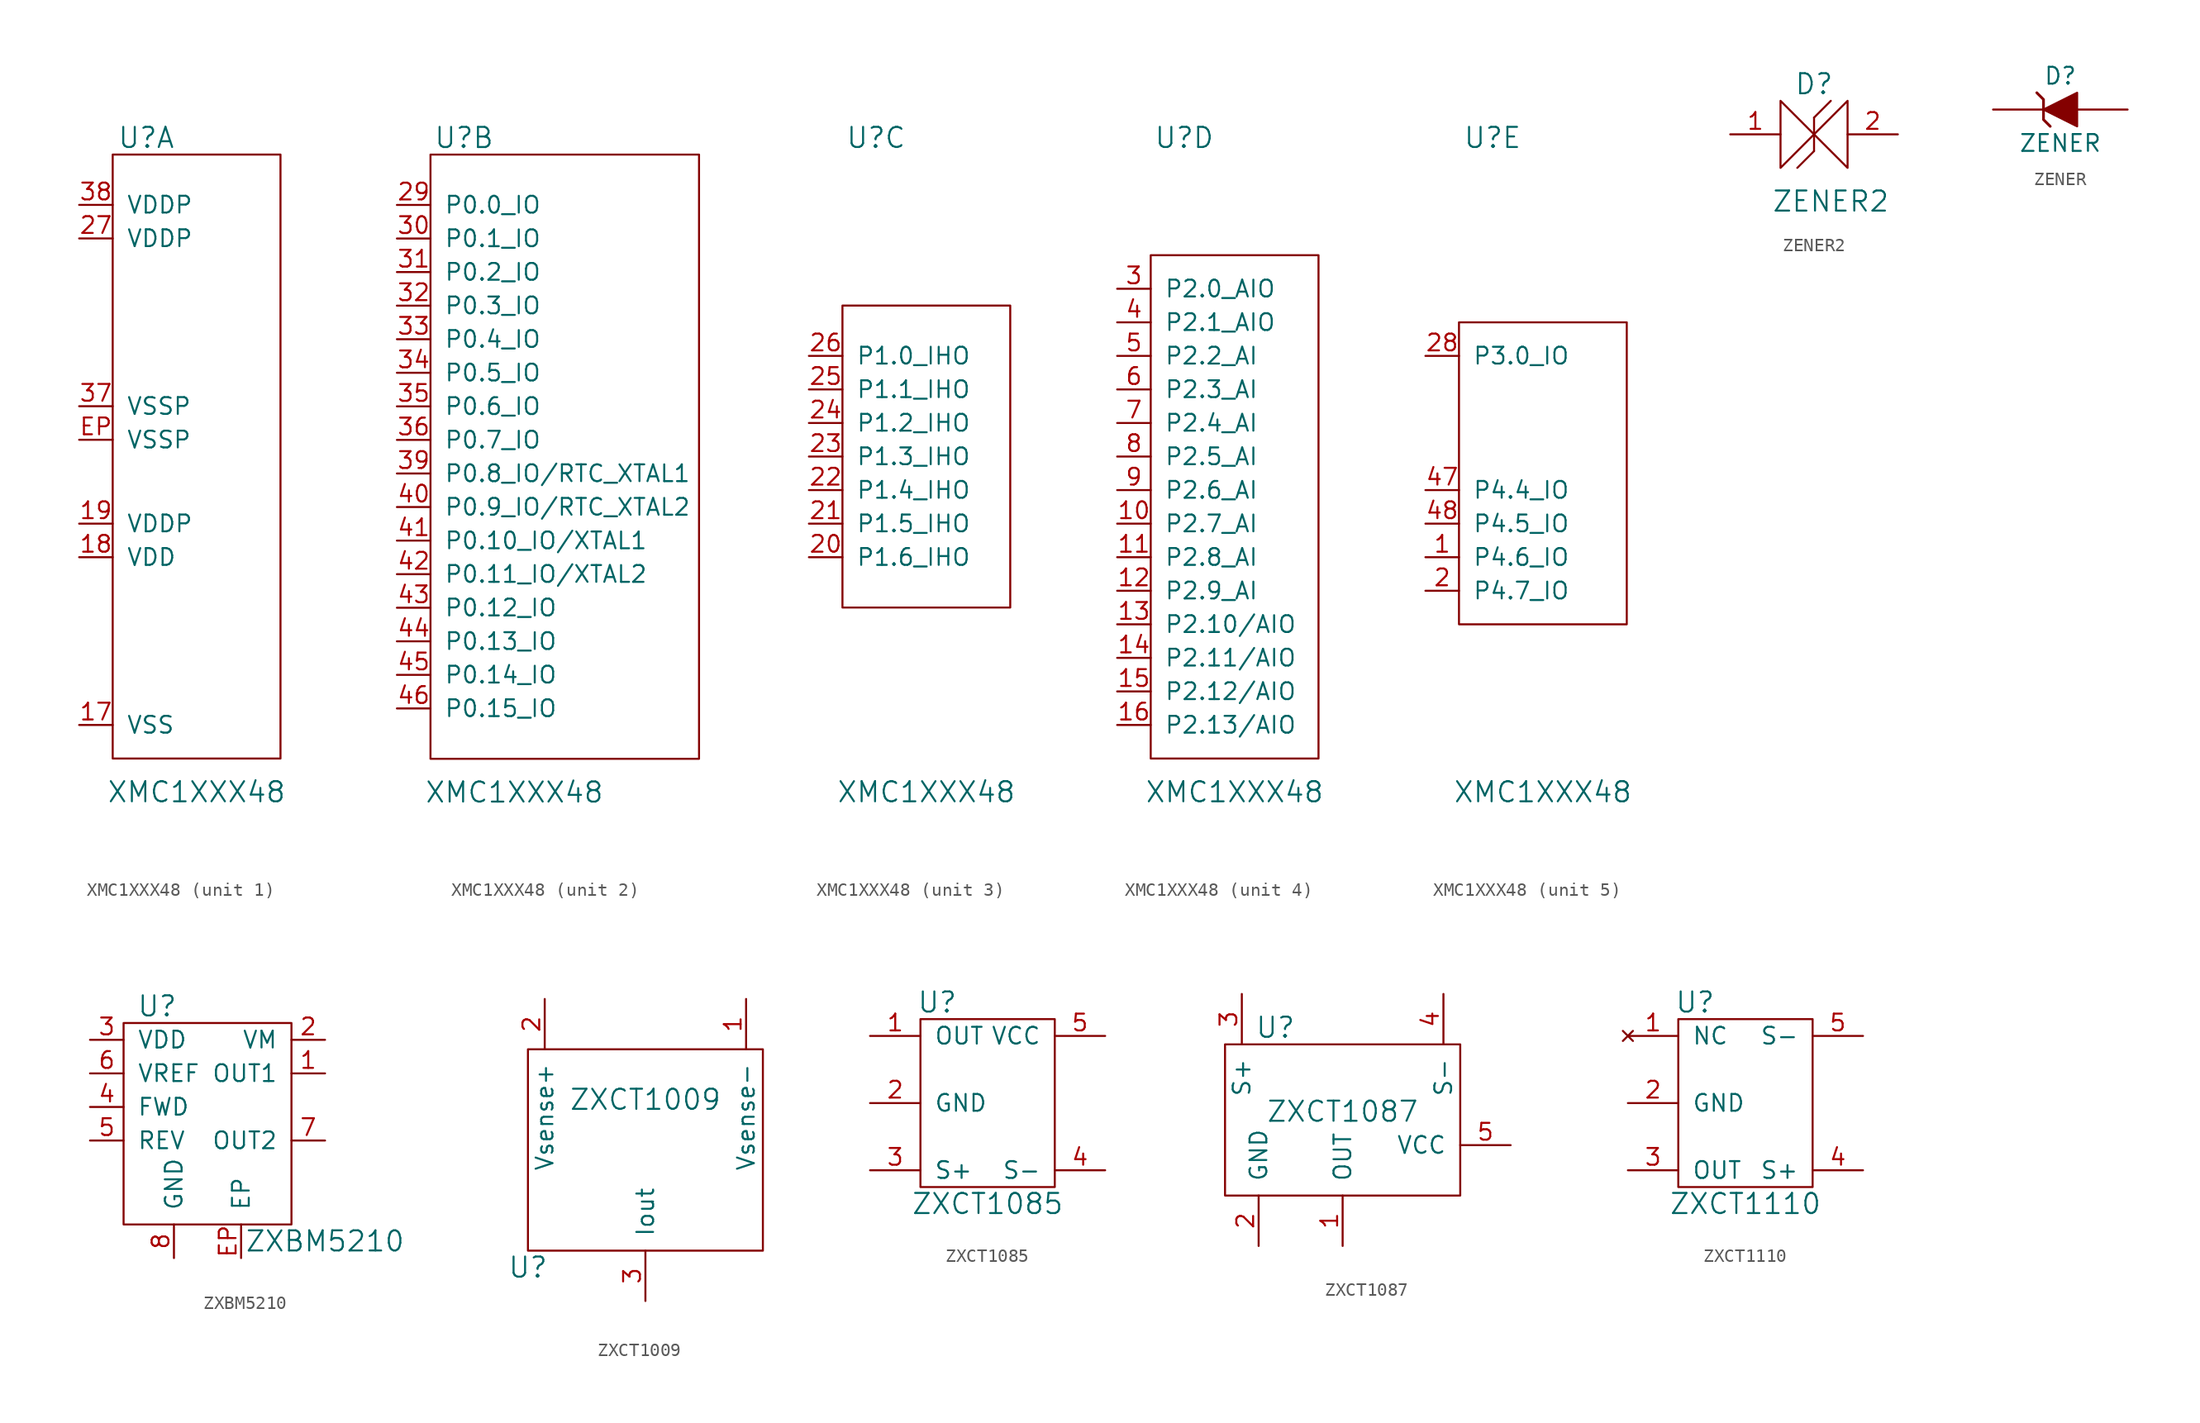
<source format=kicad_sym>
(kicad_symbol_lib
  (version 20210619)
  (generator kicad_symbol_editor)
  (symbol "tinkerforge:XMC1XXX48"
    (pin_names
      (offset 1.016))
    (property "Reference" "U"
      (at -3.81 24.13 0)
      (effects (font (size 1.524 1.524))))
    (property "Value" "XMC1XXX48"
      (at 0 -25.4 0)
      (effects (font (size 1.524 1.524))))
    (property "Footprint" ""
      (at 3.81 6.35 0)
      (effects (font (size 1.524 1.524))))
    (property "Datasheet" ""
      (at 3.81 6.35 0)
      (effects (font (size 1.524 1.524))))
    (symbol "XMC1XXX48_1_1"
      (rectangle (start -6.35 22.86) (end 6.35 -22.86) (stroke (width 0)) (fill (type none)))
      (pin passive line (at -8.89 -20.32 0) (length 2.54) (name "VSS" (effects (font (size 1.27 1.27)))) (number "17" (effects (font (size 1.27 1.27)))))
      (pin passive line (at -8.89 -7.62 0) (length 2.54) (name "VDD" (effects (font (size 1.27 1.27)))) (number "18" (effects (font (size 1.27 1.27)))))
      (pin passive line (at -8.89 -5.08 0) (length 2.54) (name "VDDP" (effects (font (size 1.27 1.27)))) (number "19" (effects (font (size 1.27 1.27)))))
      (pin passive line (at -8.89 16.51 0) (length 2.54) (name "VDDP" (effects (font (size 1.27 1.27)))) (number "27" (effects (font (size 1.27 1.27)))))
      (pin passive line (at -8.89 3.81 0) (length 2.54) (name "VSSP" (effects (font (size 1.27 1.27)))) (number "37" (effects (font (size 1.27 1.27)))))
      (pin passive line (at -8.89 19.05 0) (length 2.54) (name "VDDP" (effects (font (size 1.27 1.27)))) (number "38" (effects (font (size 1.27 1.27)))))
      (pin passive line (at -8.89 1.27 0) (length 2.54) (name "VSSP" (effects (font (size 1.27 1.27)))) (number "EP" (effects (font (size 1.27 1.27))))))
    (symbol "XMC1XXX48_2_1"
      (rectangle (start -6.35 22.86) (end 13.97 -22.86) (stroke (width 0)) (fill (type none)))
      (pin passive line (at -8.89 19.05 0) (length 2.54) (name "P0.0_IO" (effects (font (size 1.27 1.27)))) (number "29" (effects (font (size 1.27 1.27)))))
      (pin passive line (at -8.89 16.51 0) (length 2.54) (name "P0.1_IO" (effects (font (size 1.27 1.27)))) (number "30" (effects (font (size 1.27 1.27)))))
      (pin passive line (at -8.89 13.97 0) (length 2.54) (name "P0.2_IO" (effects (font (size 1.27 1.27)))) (number "31" (effects (font (size 1.27 1.27)))))
      (pin passive line (at -8.89 11.43 0) (length 2.54) (name "P0.3_IO" (effects (font (size 1.27 1.27)))) (number "32" (effects (font (size 1.27 1.27)))))
      (pin passive line (at -8.89 8.89 0) (length 2.54) (name "P0.4_IO" (effects (font (size 1.27 1.27)))) (number "33" (effects (font (size 1.27 1.27)))))
      (pin passive line (at -8.89 6.35 0) (length 2.54) (name "P0.5_IO" (effects (font (size 1.27 1.27)))) (number "34" (effects (font (size 1.27 1.27)))))
      (pin passive line (at -8.89 3.81 0) (length 2.54) (name "P0.6_IO" (effects (font (size 1.27 1.27)))) (number "35" (effects (font (size 1.27 1.27)))))
      (pin passive line (at -8.89 1.27 0) (length 2.54) (name "P0.7_IO" (effects (font (size 1.27 1.27)))) (number "36" (effects (font (size 1.27 1.27)))))
      (pin passive line (at -8.89 -1.27 0) (length 2.54) (name "P0.8_IO/RTC_XTAL1" (effects (font (size 1.27 1.27)))) (number "39" (effects (font (size 1.27 1.27)))))
      (pin passive line (at -8.89 -3.81 0) (length 2.54) (name "P0.9_IO/RTC_XTAL2" (effects (font (size 1.27 1.27)))) (number "40" (effects (font (size 1.27 1.27)))))
      (pin passive line (at -8.89 -6.35 0) (length 2.54) (name "P0.10_IO/XTAL1" (effects (font (size 1.27 1.27)))) (number "41" (effects (font (size 1.27 1.27)))))
      (pin passive line (at -8.89 -8.89 0) (length 2.54) (name "P0.11_IO/XTAL2" (effects (font (size 1.27 1.27)))) (number "42" (effects (font (size 1.27 1.27)))))
      (pin passive line (at -8.89 -11.43 0) (length 2.54) (name "P0.12_IO" (effects (font (size 1.27 1.27)))) (number "43" (effects (font (size 1.27 1.27)))))
      (pin passive line (at -8.89 -13.97 0) (length 2.54) (name "P0.13_IO" (effects (font (size 1.27 1.27)))) (number "44" (effects (font (size 1.27 1.27)))))
      (pin passive line (at -8.89 -16.51 0) (length 2.54) (name "P0.14_IO" (effects (font (size 1.27 1.27)))) (number "45" (effects (font (size 1.27 1.27)))))
      (pin passive line (at -8.89 -19.05 0) (length 2.54) (name "P0.15_IO" (effects (font (size 1.27 1.27)))) (number "46" (effects (font (size 1.27 1.27))))))
    (symbol "XMC1XXX48_3_1"
      (rectangle (start -6.35 11.43) (end 6.35 -11.43) (stroke (width 0)) (fill (type none)))
      (pin passive line (at -8.89 -7.62 0) (length 2.54) (name "P1.6_IHO" (effects (font (size 1.27 1.27)))) (number "20" (effects (font (size 1.27 1.27)))))
      (pin passive line (at -8.89 -5.08 0) (length 2.54) (name "P1.5_IHO" (effects (font (size 1.27 1.27)))) (number "21" (effects (font (size 1.27 1.27)))))
      (pin passive line (at -8.89 -2.54 0) (length 2.54) (name "P1.4_IHO" (effects (font (size 1.27 1.27)))) (number "22" (effects (font (size 1.27 1.27)))))
      (pin passive line (at -8.89 0 0) (length 2.54) (name "P1.3_IHO" (effects (font (size 1.27 1.27)))) (number "23" (effects (font (size 1.27 1.27)))))
      (pin passive line (at -8.89 2.54 0) (length 2.54) (name "P1.2_IHO" (effects (font (size 1.27 1.27)))) (number "24" (effects (font (size 1.27 1.27)))))
      (pin passive line (at -8.89 5.08 0) (length 2.54) (name "P1.1_IHO" (effects (font (size 1.27 1.27)))) (number "25" (effects (font (size 1.27 1.27)))))
      (pin passive line (at -8.89 7.62 0) (length 2.54) (name "P1.0_IHO" (effects (font (size 1.27 1.27)))) (number "26" (effects (font (size 1.27 1.27))))))
    (symbol "XMC1XXX48_4_1"
      (rectangle (start -6.35 15.24) (end 6.35 -22.86) (stroke (width 0)) (fill (type none)))
      (pin passive line (at -8.89 -5.08 0) (length 2.54) (name "P2.7_AI" (effects (font (size 1.27 1.27)))) (number "10" (effects (font (size 1.27 1.27)))))
      (pin passive line (at -8.89 -7.62 0) (length 2.54) (name "P2.8_AI" (effects (font (size 1.27 1.27)))) (number "11" (effects (font (size 1.27 1.27)))))
      (pin passive line (at -8.89 -10.16 0) (length 2.54) (name "P2.9_AI" (effects (font (size 1.27 1.27)))) (number "12" (effects (font (size 1.27 1.27)))))
      (pin passive line (at -8.89 -12.7 0) (length 2.54) (name "P2.10/AIO" (effects (font (size 1.27 1.27)))) (number "13" (effects (font (size 1.27 1.27)))))
      (pin passive line (at -8.89 -15.24 0) (length 2.54) (name "P2.11/AIO" (effects (font (size 1.27 1.27)))) (number "14" (effects (font (size 1.27 1.27)))))
      (pin passive line (at -8.89 -17.78 0) (length 2.54) (name "P2.12/AIO" (effects (font (size 1.27 1.27)))) (number "15" (effects (font (size 1.27 1.27)))))
      (pin passive line (at -8.89 -20.32 0) (length 2.54) (name "P2.13/AIO" (effects (font (size 1.27 1.27)))) (number "16" (effects (font (size 1.27 1.27)))))
      (pin passive line (at -8.89 12.7 0) (length 2.54) (name "P2.0_AIO" (effects (font (size 1.27 1.27)))) (number "3" (effects (font (size 1.27 1.27)))))
      (pin passive line (at -8.89 10.16 0) (length 2.54) (name "P2.1_AIO" (effects (font (size 1.27 1.27)))) (number "4" (effects (font (size 1.27 1.27)))))
      (pin passive line (at -8.89 7.62 0) (length 2.54) (name "P2.2_AI" (effects (font (size 1.27 1.27)))) (number "5" (effects (font (size 1.27 1.27)))))
      (pin passive line (at -8.89 5.08 0) (length 2.54) (name "P2.3_AI" (effects (font (size 1.27 1.27)))) (number "6" (effects (font (size 1.27 1.27)))))
      (pin passive line (at -8.89 2.54 0) (length 2.54) (name "P2.4_AI" (effects (font (size 1.27 1.27)))) (number "7" (effects (font (size 1.27 1.27)))))
      (pin passive line (at -8.89 0 0) (length 2.54) (name "P2.5_AI" (effects (font (size 1.27 1.27)))) (number "8" (effects (font (size 1.27 1.27)))))
      (pin passive line (at -8.89 -2.54 0) (length 2.54) (name "P2.6_AI" (effects (font (size 1.27 1.27)))) (number "9" (effects (font (size 1.27 1.27))))))
    (symbol "XMC1XXX48_5_1"
      (rectangle (start -6.35 10.16) (end 6.35 -12.7) (stroke (width 0)) (fill (type none)))
      (pin passive line (at -8.89 -7.62 0) (length 2.54) (name "P4.6_IO" (effects (font (size 1.27 1.27)))) (number "1" (effects (font (size 1.27 1.27)))))
      (pin passive line (at -8.89 -10.16 0) (length 2.54) (name "P4.7_IO" (effects (font (size 1.27 1.27)))) (number "2" (effects (font (size 1.27 1.27)))))
      (pin passive line (at -8.89 7.62 0) (length 2.54) (name "P3.0_IO" (effects (font (size 1.27 1.27)))) (number "28" (effects (font (size 1.27 1.27)))))
      (pin passive line (at -8.89 -2.54 0) (length 2.54) (name "P4.4_IO" (effects (font (size 1.27 1.27)))) (number "47" (effects (font (size 1.27 1.27)))))
      (pin passive line (at -8.89 -5.08 0) (length 2.54) (name "P4.5_IO" (effects (font (size 1.27 1.27)))) (number "48" (effects (font (size 1.27 1.27)))))))
  (symbol "tinkerforge:ZENER2"
    (pin_names
      (offset 1.016))
    (property "Reference" "D"
      (at 0 3.81 0)
      (effects (font (size 1.524 1.524))))
    (property "Value" "ZENER2"
      (at 1.27 -5.08 0)
      (effects (font (size 1.524 1.524))))
    (property "Footprint" ""
      (at 0 0 0)
      (effects (font (size 1.524 1.524))))
    (property "Datasheet" ""
      (at 0 0 0)
      (effects (font (size 1.524 1.524))))
    (symbol "ZENER2_0_1"
      (polyline (pts (xy 0 -1.27) (xy -1.27 -2.54)) (stroke (width 0)) (fill (type none)))
      (polyline (pts (xy 0 1.27) (xy 0 -1.27)) (stroke (width 0)) (fill (type none)))
      (polyline (pts (xy 0 1.27) (xy 1.27 2.54)) (stroke (width 0)) (fill (type none)))
      (polyline (pts (xy -2.54 2.54) (xy -2.54 -2.54) (xy 0 0) (xy -2.54 2.54)) (stroke (width 0)) (fill (type none)))
      (polyline (pts (xy 0 0) (xy 2.54 2.54) (xy 2.54 -2.54) (xy 0 0)) (stroke (width 0)) (fill (type none))))
    (symbol "ZENER2_1_1"
      (pin input line (at -6.35 0 0) (length 3.81) (name "~" (effects (font (size 0.762 0.762)))) (number "1" (effects (font (size 1.27 1.27)))))
      (pin output line (at 6.35 0 180) (length 3.81) (name "~" (effects (font (size 0.762 0.762)))) (number "2" (effects (font (size 1.27 1.27)))))))
  (symbol "tinkerforge:ZENER"
    (pin_numbers hide)
    (pin_names
      (offset 1.016) hide)
    (property "Reference" "D"
      (at 0 2.54 0)
      (effects (font (size 1.27 1.27))))
    (property "Value" "ZENER"
      (at 0 -2.54 0)
      (effects (font (size 1.27 1.27))))
    (property "Footprint" ""
      (at 0 0 0)
      (effects (font (size 1.27 1.27))))
    (property "Datasheet" ""
      (at 0 0 0)
      (effects (font (size 1.27 1.27))))
    (symbol "ZENER_0_1"
      (polyline (pts (xy -1.778 1.27) (xy -1.27 0.762) (xy -1.27 -0.762) (xy -0.762 -1.27) (xy -0.762 -1.27)) (stroke (width 0.203)) (fill (type none)))
      (polyline (pts (xy -1.27 0) (xy 1.27 1.27) (xy 1.27 -1.27) (xy -1.27 0) (xy -1.27 0)) (stroke (width 0)) (fill (type outline))))
    (symbol "ZENER_1_1"
      (pin passive line (at 5.08 0 180) (length 3.81) (name "A" (effects (font (size 1.27 1.27)))) (number "1" (effects (font (size 1.27 1.27)))))
      (pin passive line (at -5.08 0 0) (length 3.81) (name "K" (effects (font (size 1.27 1.27)))) (number "2" (effects (font (size 1.27 1.27)))))))
  (symbol "tinkerforge:ZXBM5210"
    (pin_names
      (offset 1.016))
    (property "Reference" "U"
      (at -3.81 7.62 0)
      (effects (font (size 1.524 1.524))))
    (property "Value" "ZXBM5210"
      (at 8.89 -10.16 0)
      (effects (font (size 1.524 1.524))))
    (property "Footprint" ""
      (at 0 0 0)
      (effects (font (size 1.524 1.524))))
    (property "Datasheet" ""
      (at 0 0 0)
      (effects (font (size 1.524 1.524))))
    (symbol "ZXBM5210_0_1"
      (rectangle (start -6.35 6.35) (end 6.35 -8.89) (stroke (width 0)) (fill (type none))))
    (symbol "ZXBM5210_1_1"
      (pin input line (at 8.89 2.54 180) (length 2.54) (name "OUT1" (effects (font (size 1.27 1.27)))) (number "1" (effects (font (size 1.27 1.27)))))
      (pin input line (at 8.89 5.08 180) (length 2.54) (name "VM" (effects (font (size 1.27 1.27)))) (number "2" (effects (font (size 1.27 1.27)))))
      (pin input line (at -8.89 5.08 0) (length 2.54) (name "VDD" (effects (font (size 1.27 1.27)))) (number "3" (effects (font (size 1.27 1.27)))))
      (pin input line (at -8.89 0 0) (length 2.54) (name "FWD" (effects (font (size 1.27 1.27)))) (number "4" (effects (font (size 1.27 1.27)))))
      (pin input line (at -8.89 -2.54 0) (length 2.54) (name "REV" (effects (font (size 1.27 1.27)))) (number "5" (effects (font (size 1.27 1.27)))))
      (pin input line (at -8.89 2.54 0) (length 2.54) (name "VREF" (effects (font (size 1.27 1.27)))) (number "6" (effects (font (size 1.27 1.27)))))
      (pin input line (at 8.89 -2.54 180) (length 2.54) (name "OUT2" (effects (font (size 1.27 1.27)))) (number "7" (effects (font (size 1.27 1.27)))))
      (pin input line (at -2.54 -11.43 90) (length 2.54) (name "GND" (effects (font (size 1.27 1.27)))) (number "8" (effects (font (size 1.27 1.27)))))
      (pin input line (at 2.54 -11.43 90) (length 2.54) (name "EP" (effects (font (size 1.27 1.27)))) (number "EP" (effects (font (size 1.27 1.27)))))))
  (symbol "tinkerforge:ZXCT1009"
    (pin_names
      (offset 1.016))
    (property "Reference" "U"
      (at -8.89 -6.35 0)
      (effects (font (size 1.524 1.524))))
    (property "Value" "ZXCT1009"
      (at 0 6.35 0)
      (effects (font (size 1.524 1.524))))
    (property "Footprint" ""
      (at 0 0 0)
      (effects (font (size 1.524 1.524))))
    (property "Datasheet" ""
      (at 0 0 0)
      (effects (font (size 1.524 1.524))))
    (symbol "ZXCT1009_0_1"
      (rectangle (start -8.89 10.16) (end 8.89 -5.08) (stroke (width 0)) (fill (type none))))
    (symbol "ZXCT1009_1_1"
      (pin passive line (at 7.62 13.97 270) (length 3.81) (name "Vsense-" (effects (font (size 1.27 1.27)))) (number "1" (effects (font (size 1.27 1.27)))))
      (pin passive line (at -7.62 13.97 270) (length 3.81) (name "Vsense+" (effects (font (size 1.27 1.27)))) (number "2" (effects (font (size 1.27 1.27)))))
      (pin passive line (at 0 -8.89 90) (length 3.81) (name "Iout" (effects (font (size 1.27 1.27)))) (number "3" (effects (font (size 1.27 1.27)))))))
  (symbol "tinkerforge:ZXCT1085"
    (pin_names
      (offset 1.016))
    (property "Reference" "U"
      (at -3.81 7.62 0)
      (effects (font (size 1.524 1.524))))
    (property "Value" "ZXCT1085"
      (at 0 -7.62 0)
      (effects (font (size 1.524 1.524))))
    (property "Footprint" ""
      (at 0 0 0)
      (effects (font (size 1.524 1.524))))
    (property "Datasheet" ""
      (at 0 0 0)
      (effects (font (size 1.524 1.524))))
    (symbol "ZXCT1085_0_1"
      (rectangle (start -5.08 6.35) (end 5.08 -6.35) (stroke (width 0)) (fill (type none))))
    (symbol "ZXCT1085_1_1"
      (pin passive line (at -8.89 5.08 0) (length 3.81) (name "OUT" (effects (font (size 1.27 1.27)))) (number "1" (effects (font (size 1.27 1.27)))))
      (pin passive line (at -8.89 0 0) (length 3.81) (name "GND" (effects (font (size 1.27 1.27)))) (number "2" (effects (font (size 1.27 1.27)))))
      (pin passive line (at -8.89 -5.08 0) (length 3.81) (name "S+" (effects (font (size 1.27 1.27)))) (number "3" (effects (font (size 1.27 1.27)))))
      (pin passive line (at 8.89 -5.08 180) (length 3.81) (name "S-" (effects (font (size 1.27 1.27)))) (number "4" (effects (font (size 1.27 1.27)))))
      (pin passive line (at 8.89 5.08 180) (length 3.81) (name "VCC" (effects (font (size 1.27 1.27)))) (number "5" (effects (font (size 1.27 1.27)))))))
  (symbol "tinkerforge:ZXCT1087"
    (pin_names
      (offset 1.016))
    (property "Reference" "U"
      (at -5.08 10.16 0)
      (effects (font (size 1.524 1.524))))
    (property "Value" "ZXCT1087"
      (at 0 3.81 0)
      (effects (font (size 1.524 1.524))))
    (property "Footprint" ""
      (at 0 0 0)
      (effects (font (size 1.524 1.524))))
    (property "Datasheet" ""
      (at 0 0 0)
      (effects (font (size 1.524 1.524))))
    (symbol "ZXCT1087_0_1"
      (rectangle (start -8.89 8.89) (end 8.89 -2.54) (stroke (width 0)) (fill (type none))))
    (symbol "ZXCT1087_1_1"
      (pin passive line (at 0 -6.35 90) (length 3.81) (name "OUT" (effects (font (size 1.27 1.27)))) (number "1" (effects (font (size 1.27 1.27)))))
      (pin passive line (at -6.35 -6.35 90) (length 3.81) (name "GND" (effects (font (size 1.27 1.27)))) (number "2" (effects (font (size 1.27 1.27)))))
      (pin passive line (at -7.62 12.7 270) (length 3.81) (name "S+" (effects (font (size 1.27 1.27)))) (number "3" (effects (font (size 1.27 1.27)))))
      (pin passive line (at 7.62 12.7 270) (length 3.81) (name "S-" (effects (font (size 1.27 1.27)))) (number "4" (effects (font (size 1.27 1.27)))))
      (pin passive line (at 12.7 1.27 180) (length 3.81) (name "VCC" (effects (font (size 1.27 1.27)))) (number "5" (effects (font (size 1.27 1.27)))))))
  (symbol "tinkerforge:ZXCT1110"
    (pin_names
      (offset 1.016))
    (property "Reference" "U"
      (at -3.81 7.62 0)
      (effects (font (size 1.524 1.524))))
    (property "Value" "ZXCT1110"
      (at 0 -7.62 0)
      (effects (font (size 1.524 1.524))))
    (property "Footprint" ""
      (at 0 0 0)
      (effects (font (size 1.524 1.524))))
    (property "Datasheet" ""
      (at 0 0 0)
      (effects (font (size 1.524 1.524))))
    (symbol "ZXCT1110_0_1"
      (rectangle (start -5.08 6.35) (end 5.08 -6.35) (stroke (width 0)) (fill (type none))))
    (symbol "ZXCT1110_1_1"
      (pin no_connect line (at -8.89 5.08 0) (length 3.81) (name "NC" (effects (font (size 1.27 1.27)))) (number "1" (effects (font (size 1.27 1.27)))))
      (pin passive line (at -8.89 0 0) (length 3.81) (name "GND" (effects (font (size 1.27 1.27)))) (number "2" (effects (font (size 1.27 1.27)))))
      (pin passive line (at -8.89 -5.08 0) (length 3.81) (name "OUT" (effects (font (size 1.27 1.27)))) (number "3" (effects (font (size 1.27 1.27)))))
      (pin passive line (at 8.89 -5.08 180) (length 3.81) (name "S+" (effects (font (size 1.27 1.27)))) (number "4" (effects (font (size 1.27 1.27)))))
      (pin passive line (at 8.89 5.08 180) (length 3.81) (name "S-" (effects (font (size 1.27 1.27)))) (number "5" (effects (font (size 1.27 1.27))))))))
</source>
